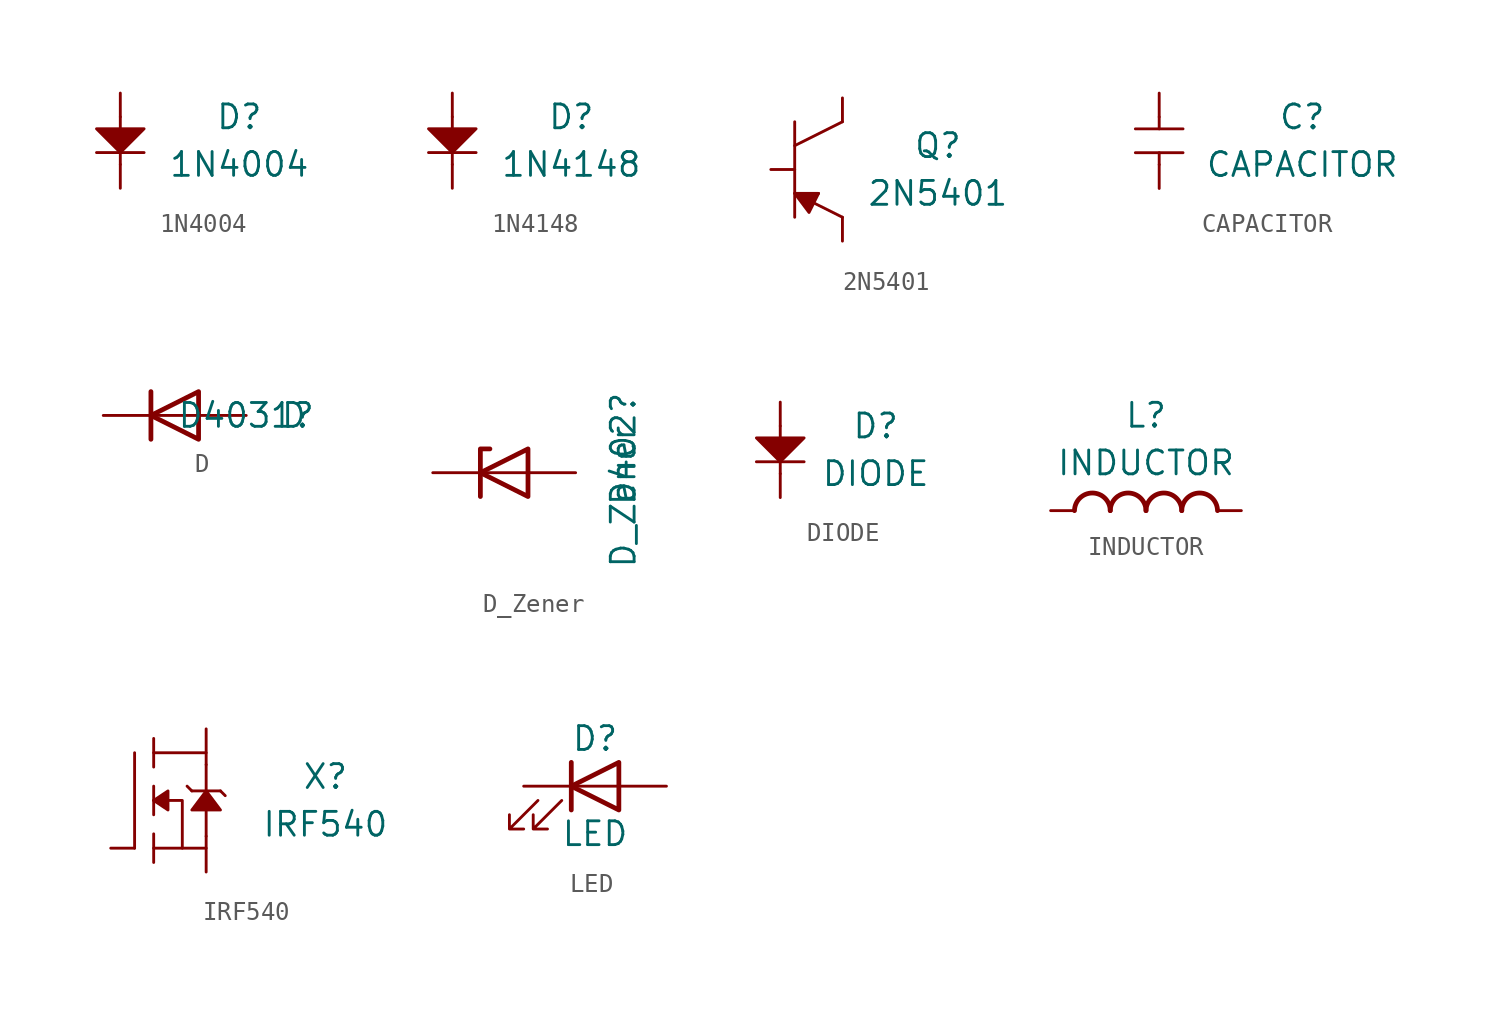
<source format=kicad_sym>
(kicad_symbol_lib
  (version 20211014)
  (generator kicad_symbol_editor)
  (symbol "1N4004"
    (pin_numbers hide)
    (pin_names
      (offset 1.016) hide)
    (property "Reference" "D"
      (at 6.35 1.27 0)
      (effects (font (size 1.27 1.27))))
    (property "Value" "1N4004"
      (at 6.35 -1.27 0)
      (effects (font (size 1.27 1.27))))
    (symbol "1N4004_0_1"
      (polyline (pts (xy -1.27 -0.635) (xy 1.27 -0.635)) (stroke (width 0) (type default) (color 0 0 0 0)) (fill (type none)))
      (polyline (pts (xy 0 1.27) (xy 0 -1.27)) (stroke (width 0) (type default) (color 0 0 0 0)) (fill (type none)))
      (polyline (pts (xy -1.27 0.635) (xy 1.27 0.635) (xy 0 -0.635) (xy -1.27 0.635)) (stroke (width 0) (type default) (color 0 0 0 0)) (fill (type outline))))
    (symbol "1N4004_1_1"
      (pin passive line (at 0 2.54 270) (length 1.27) (name "A" (effects (font (size 1.27 1.27)))) (number "1" (effects (font (size 1.27 1.27)))))
      (pin passive line (at 0 -2.54 90) (length 1.27) (name "K" (effects (font (size 1.27 1.27)))) (number "2" (effects (font (size 1.27 1.27)))))))
  (symbol "1N4148"
    (pin_numbers hide)
    (pin_names
      (offset 1.016) hide)
    (property "Reference" "D"
      (at 6.35 1.27 0)
      (effects (font (size 1.27 1.27))))
    (property "Value" "1N4148"
      (at 6.35 -1.27 0)
      (effects (font (size 1.27 1.27))))
    (symbol "1N4148_0_1"
      (polyline (pts (xy -1.27 -0.635) (xy 1.27 -0.635)) (stroke (width 0) (type default) (color 0 0 0 0)) (fill (type none)))
      (polyline (pts (xy 0 1.27) (xy 0 -1.27)) (stroke (width 0) (type default) (color 0 0 0 0)) (fill (type none)))
      (polyline (pts (xy -1.27 0.635) (xy 1.27 0.635) (xy 0 -0.635) (xy -1.27 0.635)) (stroke (width 0) (type default) (color 0 0 0 0)) (fill (type outline))))
    (symbol "1N4148_1_1"
      (pin passive line (at 0 2.54 270) (length 1.27) (name "A" (effects (font (size 1.27 1.27)))) (number "1" (effects (font (size 1.27 1.27)))))
      (pin passive line (at 0 -2.54 90) (length 1.27) (name "K" (effects (font (size 1.27 1.27)))) (number "2" (effects (font (size 1.27 1.27)))))))
  (symbol "2N5401"
    (pin_numbers hide)
    (pin_names
      (offset 1.016) hide)
    (property "Reference" "Q"
      (at 5.08 1.27 0)
      (effects (font (size 1.27 1.27))))
    (property "Value" "2N5401"
      (at 5.08 -1.27 0)
      (effects (font (size 1.27 1.27))))
    (symbol "2N5401_0_1"
      (polyline (pts (xy -2.54 -1.27) (xy -1.27 -1.27)) (stroke (width 0) (type default) (color 0 0 0 0)) (fill (type outline)))
      (polyline (pts (xy -2.54 2.54) (xy -2.54 -2.54)) (stroke (width 0) (type default) (color 0 0 0 0)) (fill (type none)))
      (polyline (pts (xy -1.524 -1.778) (xy 0 -2.54)) (stroke (width 0) (type default) (color 0 0 0 0)) (fill (type none)))
      (polyline (pts (xy 0 2.54) (xy -2.54 1.27)) (stroke (width 0) (type default) (color 0 0 0 0)) (fill (type none)))
      (polyline (pts (xy -1.27 -1.27) (xy -1.778 -2.286) (xy -2.54 -1.27)) (stroke (width 0) (type default) (color 0 0 0 0)) (fill (type outline))))
    (symbol "2N5401_1_1"
      (pin passive line (at 0 3.81 270) (length 1.27) (name "C" (effects (font (size 1.27 1.27)))) (number "1" (effects (font (size 1.27 1.27)))))
      (pin passive line (at -3.81 0 0) (length 1.27) (name "B" (effects (font (size 1.27 1.27)))) (number "2" (effects (font (size 1.27 1.27)))))
      (pin passive line (at 0 -3.81 90) (length 1.27) (name "E" (effects (font (size 1.27 1.27)))) (number "3" (effects (font (size 1.27 1.27)))))))
  (symbol "CAPACITOR"
    (pin_numbers hide)
    (pin_names
      (offset 1.016) hide)
    (property "Reference" "C"
      (at 7.62 1.27 0)
      (effects (font (size 1.27 1.27))))
    (property "Value" "CAPACITOR"
      (at 7.62 -1.27 0)
      (effects (font (size 1.27 1.27))))
    (symbol "CAPACITOR_0_1"
      (polyline (pts (xy -1.27 -0.635) (xy 1.27 -0.635)) (stroke (width 0) (type default) (color 0 0 0 0)) (fill (type none)))
      (polyline (pts (xy -1.27 0.635) (xy 1.27 0.635)) (stroke (width 0) (type default) (color 0 0 0 0)) (fill (type none)))
      (polyline (pts (xy 0 -1.27) (xy 0 -0.635)) (stroke (width 0) (type default) (color 0 0 0 0)) (fill (type none)))
      (polyline (pts (xy 0 1.27) (xy 0 0.635)) (stroke (width 0) (type default) (color 0 0 0 0)) (fill (type none))))
    (symbol "CAPACITOR_1_1"
      (pin passive line (at 0 2.54 270) (length 1.27) (name "1" (effects (font (size 1.27 1.27)))) (number "1" (effects (font (size 1.27 1.27)))))
      (pin passive line (at 0 -2.54 90) (length 1.27) (name "2" (effects (font (size 1.27 1.27)))) (number "2" (effects (font (size 1.27 1.27)))))))
  (symbol "D"
    (pin_numbers hide)
    (pin_names
      (offset 1.016) hide)
    (property "Reference" "D4031"
      (at 3.81 0 0)
      (effects (font (size 1.27 1.27))))
    (property "Value" "D"
      (at 6.35 0 0)
      (effects (font (size 1.27 1.27))))
    (symbol "D_0_1"
      (polyline (pts (xy -1.27 1.27) (xy -1.27 -1.27)) (stroke (width 0.254) (type default) (color 0 0 0 0)) (fill (type none)))
      (polyline (pts (xy 1.27 0) (xy -1.27 0)) (stroke (width 0) (type default) (color 0 0 0 0)) (fill (type none)))
      (polyline (pts (xy 1.27 1.27) (xy 1.27 -1.27) (xy -1.27 0) (xy 1.27 1.27)) (stroke (width 0.254) (type default) (color 0 0 0 0)) (fill (type none))))
    (symbol "D_1_1"
      (pin passive line (at 3.81 0 180) (length 2.54) (name "A" (effects (font (size 1.27 1.27)))) (number "1" (effects (font (size 1.27 1.27)))))
      (pin passive line (at -3.81 0 0) (length 2.54) (name "K" (effects (font (size 1.27 1.27)))) (number "2" (effects (font (size 1.27 1.27)))))))
  (symbol "D_Zener"
    (pin_numbers hide)
    (pin_names
      (offset 1.016) hide)
    (property "Reference" "D402"
      (at 6.35 1.27 90)
      (effects (font (size 1.27 1.27))))
    (property "Value" "D_Zener"
      (at 6.35 -1.27 90)
      (effects (font (size 1.27 1.27))))
    (symbol "D_Zener_0_1"
      (polyline (pts (xy 1.27 0) (xy -1.27 0)) (stroke (width 0) (type default) (color 0 0 0 0)) (fill (type none)))
      (polyline (pts (xy -1.27 -1.27) (xy -1.27 1.27) (xy -0.762 1.27)) (stroke (width 0.254) (type default) (color 0 0 0 0)) (fill (type none)))
      (polyline (pts (xy 1.27 -1.27) (xy 1.27 1.27) (xy -1.27 0) (xy 1.27 -1.27)) (stroke (width 0.254) (type default) (color 0 0 0 0)) (fill (type none))))
    (symbol "D_Zener_1_1"
      (pin passive line (at 3.81 0 180) (length 2.54) (name "A" (effects (font (size 1.27 1.27)))) (number "1" (effects (font (size 1.27 1.27)))))
      (pin passive line (at -3.81 0 0) (length 2.54) (name "K" (effects (font (size 1.27 1.27)))) (number "2" (effects (font (size 1.27 1.27)))))))
  (symbol "DIODE"
    (pin_numbers hide)
    (pin_names
      (offset 1.016) hide)
    (property "Reference" "D"
      (at 5.08 1.27 0)
      (effects (font (size 1.27 1.27))))
    (property "Value" "DIODE"
      (at 5.08 -1.27 0)
      (effects (font (size 1.27 1.27))))
    (symbol "DIODE_0_1"
      (polyline (pts (xy -1.27 -0.635) (xy 1.27 -0.635)) (stroke (width 0) (type default) (color 0 0 0 0)) (fill (type none)))
      (polyline (pts (xy 0 1.27) (xy 0 -1.27)) (stroke (width 0) (type default) (color 0 0 0 0)) (fill (type none)))
      (polyline (pts (xy -1.27 0.635) (xy 1.27 0.635) (xy 0 -0.635) (xy -1.27 0.635)) (stroke (width 0) (type default) (color 0 0 0 0)) (fill (type outline))))
    (symbol "DIODE_1_1"
      (pin passive line (at 0 2.54 270) (length 1.27) (name "A" (effects (font (size 1.27 1.27)))) (number "1" (effects (font (size 1.27 1.27)))))
      (pin passive line (at 0 -2.54 90) (length 1.27) (name "K" (effects (font (size 1.27 1.27)))) (number "2" (effects (font (size 1.27 1.27)))))))
  (symbol "INDUCTOR"
    (pin_numbers hide)
    (pin_names
      (offset 1.016) hide)
    (property "Reference" "L"
      (at 0 5.08 0)
      (effects (font (size 1.27 1.27))))
    (property "Value" "INDUCTOR"
      (at 0 2.54 0)
      (effects (font (size 1.27 1.27))))
    (symbol "INDUCTOR_0_1"
      (arc (start -1.905 0) (mid -2.8448 0.9398) (end -3.81 0) (stroke (width 0.254) (type default) (color 0 0 0 0)) (fill (type none)))
      (arc (start 0 0) (mid -0.9398 0.9398) (end -1.905 0) (stroke (width 0.254) (type default) (color 0 0 0 0)) (fill (type none)))
      (arc (start 1.905 0) (mid 0.9652 0.9398) (end 0 0) (stroke (width 0.254) (type default) (color 0 0 0 0)) (fill (type none)))
      (arc (start 3.81 0) (mid 2.8702 0.9398) (end 1.905 0) (stroke (width 0.254) (type default) (color 0 0 0 0)) (fill (type none))))
    (symbol "INDUCTOR_1_1"
      (pin input line (at -5.08 0 0) (length 1.27) (name "1" (effects (font (size 1.27 1.27)))) (number "1" (effects (font (size 1.27 1.27)))))
      (pin input line (at 5.08 0 180) (length 1.27) (name "2" (effects (font (size 1.27 1.27)))) (number "2" (effects (font (size 1.27 1.27)))))))
  (symbol "IRF540"
    (pin_numbers hide)
    (pin_names
      (offset 1.016) hide)
    (property "Reference" "X"
      (at 6.35 1.27 0)
      (effects (font (size 1.27 1.27))))
    (property "Value" "IRF540"
      (at 6.35 -1.27 0)
      (effects (font (size 1.27 1.27))))
    (symbol "IRF540_0_1"
      (polyline (pts (xy -3.81 2.54) (xy -3.81 -2.54)) (stroke (width 0) (type default) (color 0 0 0 0)) (fill (type none)))
      (polyline (pts (xy -2.794 -1.778) (xy -2.794 -3.302)) (stroke (width 0) (type default) (color 0 0 0 0)) (fill (type none)))
      (polyline (pts (xy -2.794 0.762) (xy -2.794 -0.762)) (stroke (width 0) (type default) (color 0 0 0 0)) (fill (type none)))
      (polyline (pts (xy -2.794 3.302) (xy -2.794 1.778)) (stroke (width 0) (type default) (color 0 0 0 0)) (fill (type none)))
      (polyline (pts (xy -0.762 0.508) (xy -1.016 0.762)) (stroke (width 0) (type default) (color 0 0 0 0)) (fill (type none)))
      (polyline (pts (xy -0.762 0.508) (xy 0.762 0.508)) (stroke (width 0) (type default) (color 0 0 0 0)) (fill (type none)))
      (polyline (pts (xy 0 -2.54) (xy -2.794 -2.54)) (stroke (width 0) (type default) (color 0 0 0 0)) (fill (type none)))
      (polyline (pts (xy 0 -1.905) (xy 0 1.905)) (stroke (width 0) (type default) (color 0 0 0 0)) (fill (type none)))
      (polyline (pts (xy 0 2.54) (xy -2.794 2.54)) (stroke (width 0) (type default) (color 0 0 0 0)) (fill (type none)))
      (polyline (pts (xy 0.762 0.508) (xy 1.016 0.254)) (stroke (width 0) (type default) (color 0 0 0 0)) (fill (type none)))
      (polyline (pts (xy -2.794 0) (xy -1.27 0) (xy -1.27 -2.54)) (stroke (width 0) (type default) (color 0 0 0 0)) (fill (type none)))
      (polyline (pts (xy -2.794 0) (xy -2.032 0.508) (xy -2.032 -0.508) (xy -2.794 0)) (stroke (width 0) (type default) (color 0 0 0 0)) (fill (type outline)))
      (polyline (pts (xy 0 0.508) (xy -0.762 -0.508) (xy 0.762 -0.508) (xy 0 0.508)) (stroke (width 0) (type default) (color 0 0 0 0)) (fill (type outline))))
    (symbol "IRF540_1_1"
      (pin passive line (at 0 3.81 270) (length 1.905) (name "D" (effects (font (size 1.27 1.27)))) (number "1" (effects (font (size 1.27 1.27)))))
      (pin passive line (at -5.08 -2.54 0) (length 1.27) (name "G" (effects (font (size 1.27 1.27)))) (number "2" (effects (font (size 1.27 1.27)))))
      (pin passive line (at 0 -3.81 90) (length 1.905) (name "S" (effects (font (size 1.27 1.27)))) (number "3" (effects (font (size 1.27 1.27)))))))
  (symbol "LED"
    (pin_numbers hide)
    (pin_names
      (offset 1.016) hide)
    (property "Reference" "D"
      (at 0 2.54 0)
      (effects (font (size 1.27 1.27))))
    (property "Value" "LED"
      (at 0 -2.54 0)
      (effects (font (size 1.27 1.27))))
    (symbol "LED_0_1"
      (polyline (pts (xy -1.27 -1.27) (xy -1.27 1.27)) (stroke (width 0.254) (type default) (color 0 0 0 0)) (fill (type none)))
      (polyline (pts (xy -1.27 0) (xy 1.27 0)) (stroke (width 0) (type default) (color 0 0 0 0)) (fill (type none)))
      (polyline (pts (xy 1.27 -1.27) (xy 1.27 1.27) (xy -1.27 0) (xy 1.27 -1.27)) (stroke (width 0.254) (type default) (color 0 0 0 0)) (fill (type none)))
      (polyline (pts (xy -3.048 -0.762) (xy -4.572 -2.286) (xy -3.81 -2.286) (xy -4.572 -2.286) (xy -4.572 -1.524)) (stroke (width 0) (type default) (color 0 0 0 0)) (fill (type none)))
      (polyline (pts (xy -1.778 -0.762) (xy -3.302 -2.286) (xy -2.54 -2.286) (xy -3.302 -2.286) (xy -3.302 -1.524)) (stroke (width 0) (type default) (color 0 0 0 0)) (fill (type none))))
    (symbol "LED_1_1"
      (pin passive line (at 3.81 0 180) (length 2.54) (name "A" (effects (font (size 1.27 1.27)))) (number "1" (effects (font (size 1.27 1.27)))))
      (pin passive line (at -3.81 0 0) (length 2.54) (name "K" (effects (font (size 1.27 1.27)))) (number "2" (effects (font (size 1.27 1.27))))))))
</source>
